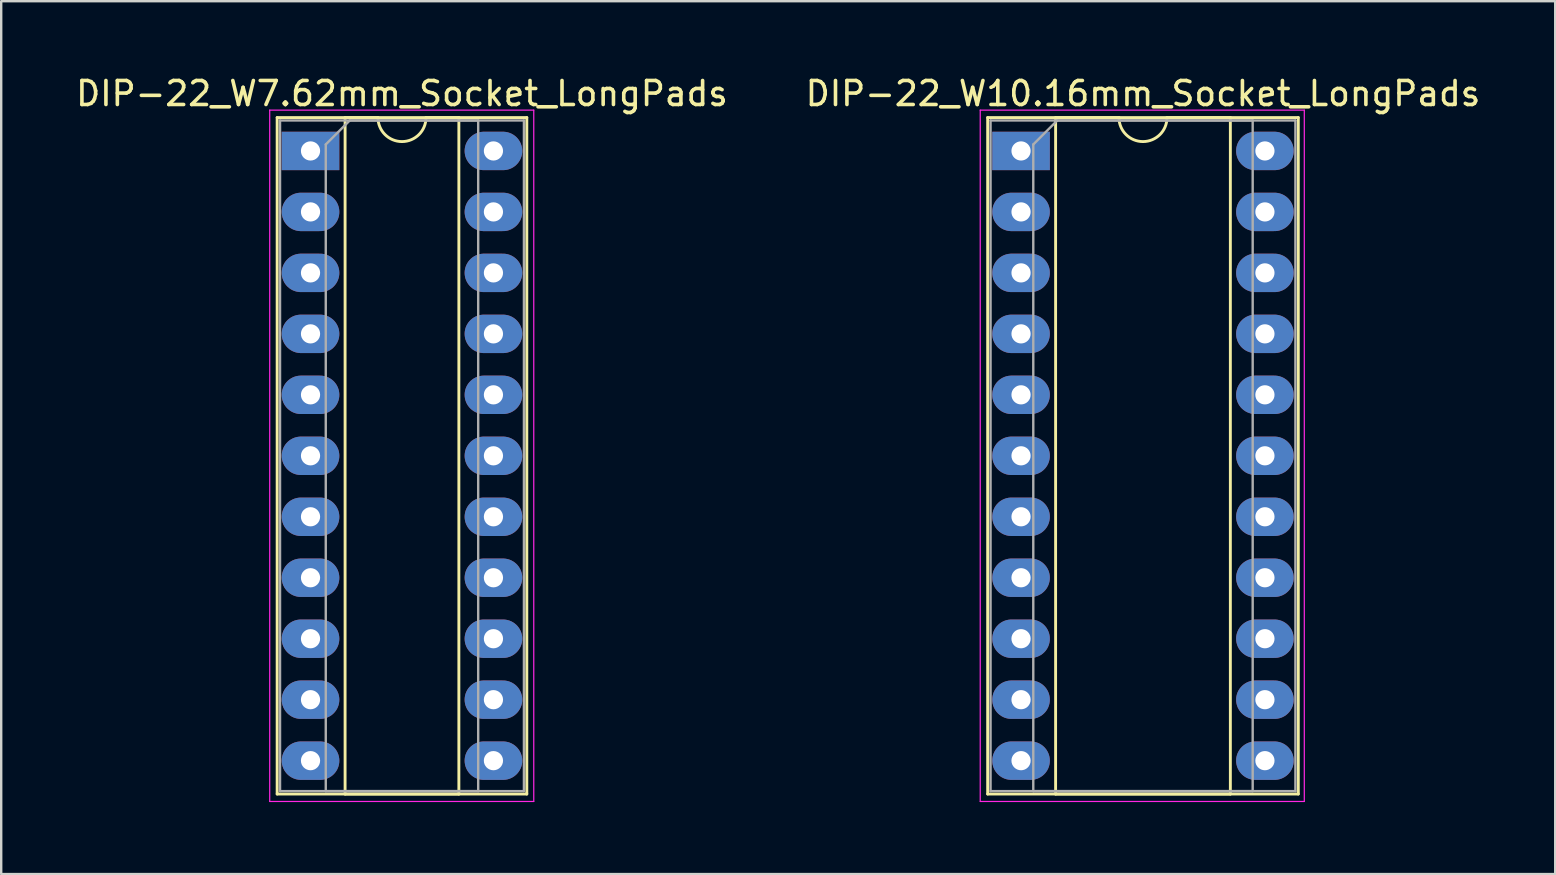
<source format=kicad_pcb>
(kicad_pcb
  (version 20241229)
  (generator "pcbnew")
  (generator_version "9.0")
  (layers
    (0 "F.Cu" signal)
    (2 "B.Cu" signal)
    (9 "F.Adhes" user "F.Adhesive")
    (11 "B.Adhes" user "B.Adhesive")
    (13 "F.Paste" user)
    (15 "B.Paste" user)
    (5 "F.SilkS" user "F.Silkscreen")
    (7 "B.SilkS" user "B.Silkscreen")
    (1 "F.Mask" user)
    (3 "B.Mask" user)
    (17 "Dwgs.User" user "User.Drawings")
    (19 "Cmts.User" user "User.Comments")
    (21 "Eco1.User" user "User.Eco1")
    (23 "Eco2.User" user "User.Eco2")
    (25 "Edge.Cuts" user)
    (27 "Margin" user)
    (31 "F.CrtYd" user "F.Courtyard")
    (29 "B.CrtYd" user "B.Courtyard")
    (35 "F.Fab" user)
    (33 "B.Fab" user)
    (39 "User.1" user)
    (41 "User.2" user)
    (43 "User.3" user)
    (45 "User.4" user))
  (footprint "DIP-22_W10.16mm_Socket_LongPads"
    (layer "F.Cu")
    (at 39.485 3.238)
    (property "Reference" "DIP-22_W10.16mm_Socket_LongPads" (at 5.08 -2.39 0) (layer "F.SilkS") (effects (font (size 1 1) (thickness 0.15))))
    (attr through_hole)
    (fp_line (start -1.39 -1.39) (end -1.39 26.79) (stroke (width 0.12) (type solid)) (layer "F.SilkS"))
    (fp_line (start -1.39 26.79) (end 11.55 26.79) (stroke (width 0.12) (type solid)) (layer "F.SilkS"))
    (fp_line (start 1.44 -1.39) (end 1.44 26.79) (stroke (width 0.12) (type solid)) (layer "F.SilkS"))
    (fp_line (start 1.44 26.79) (end 8.72 26.79) (stroke (width 0.12) (type solid)) (layer "F.SilkS"))
    (fp_line (start 4.08 -1.39) (end 1.44 -1.39) (stroke (width 0.12) (type solid)) (layer "F.SilkS"))
    (fp_line (start 8.72 -1.39) (end 6.08 -1.39) (stroke (width 0.12) (type solid)) (layer "F.SilkS"))
    (fp_line (start 8.72 26.79) (end 8.72 -1.39) (stroke (width 0.12) (type solid)) (layer "F.SilkS"))
    (fp_line (start 11.55 -1.39) (end -1.39 -1.39) (stroke (width 0.12) (type solid)) (layer "F.SilkS"))
    (fp_line (start 11.55 26.79) (end 11.55 -1.39) (stroke (width 0.12) (type solid)) (layer "F.SilkS"))
    (fp_arc (start 6.08 -1.39) (mid 5.08 -0.39) (end 4.08 -1.39) (stroke (width 0.12) (type solid)) (layer "F.SilkS"))
    (fp_line (start -1.7 -1.7) (end -1.7 27.1) (stroke (width 0.05) (type solid)) (layer "F.CrtYd"))
    (fp_line (start -1.7 27.1) (end 11.8 27.1) (stroke (width 0.05) (type solid)) (layer "F.CrtYd"))
    (fp_line (start 11.8 -1.7) (end -1.7 -1.7) (stroke (width 0.05) (type solid)) (layer "F.CrtYd"))
    (fp_line (start 11.8 27.1) (end 11.8 -1.7) (stroke (width 0.05) (type solid)) (layer "F.CrtYd"))
    (fp_line (start -1.27 -1.27) (end -1.27 26.67) (stroke (width 0.1) (type solid)) (layer "F.Fab"))
    (fp_line (start -1.27 26.67) (end 11.43 26.67) (stroke (width 0.1) (type solid)) (layer "F.Fab"))
    (fp_line (start 0.51 -0.27) (end 1.51 -1.27) (stroke (width 0.1) (type solid)) (layer "F.Fab"))
    (fp_line (start 0.51 26.67) (end 0.51 -0.27) (stroke (width 0.1) (type solid)) (layer "F.Fab"))
    (fp_line (start 1.51 -1.27) (end 9.65 -1.27) (stroke (width 0.1) (type solid)) (layer "F.Fab"))
    (fp_line (start 9.65 -1.27) (end 9.65 26.67) (stroke (width 0.1) (type solid)) (layer "F.Fab"))
    (fp_line (start 9.65 26.67) (end 0.51 26.67) (stroke (width 0.1) (type solid)) (layer "F.Fab"))
    (fp_line (start 11.43 -1.27) (end -1.27 -1.27) (stroke (width 0.1) (type solid)) (layer "F.Fab"))
    (fp_line (start 11.43 26.67) (end 11.43 -1.27) (stroke (width 0.1) (type solid)) (layer "F.Fab"))
    (pad "1" thru_hole rect (at 0 0) (size 2.4 1.6) (drill 0.8) (layers "*.Cu" "*.Mask"))
    (pad "2" thru_hole oval (at 0 2.54) (size 2.4 1.6) (drill 0.8) (layers "*.Cu" "*.Mask"))
    (pad "3" thru_hole oval (at 0 5.08) (size 2.4 1.6) (drill 0.8) (layers "*.Cu" "*.Mask"))
    (pad "4" thru_hole oval (at 0 7.62) (size 2.4 1.6) (drill 0.8) (layers "*.Cu" "*.Mask"))
    (pad "5" thru_hole oval (at 0 10.16) (size 2.4 1.6) (drill 0.8) (layers "*.Cu" "*.Mask"))
    (pad "6" thru_hole oval (at 0 12.7) (size 2.4 1.6) (drill 0.8) (layers "*.Cu" "*.Mask"))
    (pad "7" thru_hole oval (at 0 15.24) (size 2.4 1.6) (drill 0.8) (layers "*.Cu" "*.Mask"))
    (pad "8" thru_hole oval (at 0 17.78) (size 2.4 1.6) (drill 0.8) (layers "*.Cu" "*.Mask"))
    (pad "9" thru_hole oval (at 0 20.32) (size 2.4 1.6) (drill 0.8) (layers "*.Cu" "*.Mask"))
    (pad "10" thru_hole oval (at 0 22.86) (size 2.4 1.6) (drill 0.8) (layers "*.Cu" "*.Mask"))
    (pad "11" thru_hole oval (at 0 25.4) (size 2.4 1.6) (drill 0.8) (layers "*.Cu" "*.Mask"))
    (pad "12" thru_hole oval (at 10.16 25.4) (size 2.4 1.6) (drill 0.8) (layers "*.Cu" "*.Mask"))
    (pad "13" thru_hole oval (at 10.16 22.86) (size 2.4 1.6) (drill 0.8) (layers "*.Cu" "*.Mask"))
    (pad "14" thru_hole oval (at 10.16 20.32) (size 2.4 1.6) (drill 0.8) (layers "*.Cu" "*.Mask"))
    (pad "15" thru_hole oval (at 10.16 17.78) (size 2.4 1.6) (drill 0.8) (layers "*.Cu" "*.Mask"))
    (pad "16" thru_hole oval (at 10.16 15.24) (size 2.4 1.6) (drill 0.8) (layers "*.Cu" "*.Mask"))
    (pad "17" thru_hole oval (at 10.16 12.7) (size 2.4 1.6) (drill 0.8) (layers "*.Cu" "*.Mask"))
    (pad "18" thru_hole oval (at 10.16 10.16) (size 2.4 1.6) (drill 0.8) (layers "*.Cu" "*.Mask"))
    (pad "19" thru_hole oval (at 10.16 7.62) (size 2.4 1.6) (drill 0.8) (layers "*.Cu" "*.Mask"))
    (pad "20" thru_hole oval (at 10.16 5.08) (size 2.4 1.6) (drill 0.8) (layers "*.Cu" "*.Mask"))
    (pad "21" thru_hole oval (at 10.16 2.54) (size 2.4 1.6) (drill 0.8) (layers "*.Cu" "*.Mask"))
    (pad "22" thru_hole oval (at 10.16 0) (size 2.4 1.6) (drill 0.8) (layers "*.Cu" "*.Mask")))
  (footprint "DIP-22_W7.62mm_Socket_LongPads"
    (layer "F.Cu")
    (at 9.886 3.238)
    (property "Reference" "DIP-22_W7.62mm_Socket_LongPads" (at 3.81 -2.39 0) (layer "F.SilkS") (effects (font (size 1 1) (thickness 0.15))))
    (attr through_hole)
    (fp_line (start -1.39 -1.39) (end -1.39 26.79) (stroke (width 0.12) (type solid)) (layer "F.SilkS"))
    (fp_line (start -1.39 26.79) (end 9.01 26.79) (stroke (width 0.12) (type solid)) (layer "F.SilkS"))
    (fp_line (start 1.44 -1.39) (end 1.44 26.79) (stroke (width 0.12) (type solid)) (layer "F.SilkS"))
    (fp_line (start 1.44 26.79) (end 6.18 26.79) (stroke (width 0.12) (type solid)) (layer "F.SilkS"))
    (fp_line (start 2.81 -1.39) (end 1.44 -1.39) (stroke (width 0.12) (type solid)) (layer "F.SilkS"))
    (fp_line (start 6.18 -1.39) (end 4.81 -1.39) (stroke (width 0.12) (type solid)) (layer "F.SilkS"))
    (fp_line (start 6.18 26.79) (end 6.18 -1.39) (stroke (width 0.12) (type solid)) (layer "F.SilkS"))
    (fp_line (start 9.01 -1.39) (end -1.39 -1.39) (stroke (width 0.12) (type solid)) (layer "F.SilkS"))
    (fp_line (start 9.01 26.79) (end 9.01 -1.39) (stroke (width 0.12) (type solid)) (layer "F.SilkS"))
    (fp_arc (start 4.81 -1.39) (mid 3.81 -0.39) (end 2.81 -1.39) (stroke (width 0.12) (type solid)) (layer "F.SilkS"))
    (fp_line (start -1.7 -1.7) (end -1.7 27.1) (stroke (width 0.05) (type solid)) (layer "F.CrtYd"))
    (fp_line (start -1.7 27.1) (end 9.3 27.1) (stroke (width 0.05) (type solid)) (layer "F.CrtYd"))
    (fp_line (start 9.3 -1.7) (end -1.7 -1.7) (stroke (width 0.05) (type solid)) (layer "F.CrtYd"))
    (fp_line (start 9.3 27.1) (end 9.3 -1.7) (stroke (width 0.05) (type solid)) (layer "F.CrtYd"))
    (fp_line (start -1.27 -1.27) (end -1.27 26.67) (stroke (width 0.1) (type solid)) (layer "F.Fab"))
    (fp_line (start -1.27 26.67) (end 8.89 26.67) (stroke (width 0.1) (type solid)) (layer "F.Fab"))
    (fp_line (start 0.635 -0.27) (end 1.635 -1.27) (stroke (width 0.1) (type solid)) (layer "F.Fab"))
    (fp_line (start 0.635 26.67) (end 0.635 -0.27) (stroke (width 0.1) (type solid)) (layer "F.Fab"))
    (fp_line (start 1.635 -1.27) (end 6.985 -1.27) (stroke (width 0.1) (type solid)) (layer "F.Fab"))
    (fp_line (start 6.985 -1.27) (end 6.985 26.67) (stroke (width 0.1) (type solid)) (layer "F.Fab"))
    (fp_line (start 6.985 26.67) (end 0.635 26.67) (stroke (width 0.1) (type solid)) (layer "F.Fab"))
    (fp_line (start 8.89 -1.27) (end -1.27 -1.27) (stroke (width 0.1) (type solid)) (layer "F.Fab"))
    (fp_line (start 8.89 26.67) (end 8.89 -1.27) (stroke (width 0.1) (type solid)) (layer "F.Fab"))
    (pad "1" thru_hole rect (at 0 0) (size 2.4 1.6) (drill 0.8) (layers "*.Cu" "*.Mask"))
    (pad "2" thru_hole oval (at 0 2.54) (size 2.4 1.6) (drill 0.8) (layers "*.Cu" "*.Mask"))
    (pad "3" thru_hole oval (at 0 5.08) (size 2.4 1.6) (drill 0.8) (layers "*.Cu" "*.Mask"))
    (pad "4" thru_hole oval (at 0 7.62) (size 2.4 1.6) (drill 0.8) (layers "*.Cu" "*.Mask"))
    (pad "5" thru_hole oval (at 0 10.16) (size 2.4 1.6) (drill 0.8) (layers "*.Cu" "*.Mask"))
    (pad "6" thru_hole oval (at 0 12.7) (size 2.4 1.6) (drill 0.8) (layers "*.Cu" "*.Mask"))
    (pad "7" thru_hole oval (at 0 15.24) (size 2.4 1.6) (drill 0.8) (layers "*.Cu" "*.Mask"))
    (pad "8" thru_hole oval (at 0 17.78) (size 2.4 1.6) (drill 0.8) (layers "*.Cu" "*.Mask"))
    (pad "9" thru_hole oval (at 0 20.32) (size 2.4 1.6) (drill 0.8) (layers "*.Cu" "*.Mask"))
    (pad "10" thru_hole oval (at 0 22.86) (size 2.4 1.6) (drill 0.8) (layers "*.Cu" "*.Mask"))
    (pad "11" thru_hole oval (at 0 25.4) (size 2.4 1.6) (drill 0.8) (layers "*.Cu" "*.Mask"))
    (pad "12" thru_hole oval (at 7.62 25.4) (size 2.4 1.6) (drill 0.8) (layers "*.Cu" "*.Mask"))
    (pad "13" thru_hole oval (at 7.62 22.86) (size 2.4 1.6) (drill 0.8) (layers "*.Cu" "*.Mask"))
    (pad "14" thru_hole oval (at 7.62 20.32) (size 2.4 1.6) (drill 0.8) (layers "*.Cu" "*.Mask"))
    (pad "15" thru_hole oval (at 7.62 17.78) (size 2.4 1.6) (drill 0.8) (layers "*.Cu" "*.Mask"))
    (pad "16" thru_hole oval (at 7.62 15.24) (size 2.4 1.6) (drill 0.8) (layers "*.Cu" "*.Mask"))
    (pad "17" thru_hole oval (at 7.62 12.7) (size 2.4 1.6) (drill 0.8) (layers "*.Cu" "*.Mask"))
    (pad "18" thru_hole oval (at 7.62 10.16) (size 2.4 1.6) (drill 0.8) (layers "*.Cu" "*.Mask"))
    (pad "19" thru_hole oval (at 7.62 7.62) (size 2.4 1.6) (drill 0.8) (layers "*.Cu" "*.Mask"))
    (pad "20" thru_hole oval (at 7.62 5.08) (size 2.4 1.6) (drill 0.8) (layers "*.Cu" "*.Mask"))
    (pad "21" thru_hole oval (at 7.62 2.54) (size 2.4 1.6) (drill 0.8) (layers "*.Cu" "*.Mask"))
    (pad "22" thru_hole oval (at 7.62 0) (size 2.4 1.6) (drill 0.8) (layers "*.Cu" "*.Mask")))
  (gr_rect
    (start -3 -3)
    (end 61.738 33.363)
    (stroke (width 0.1) (type default))
    (fill no)
    (layer "Edge.Cuts")))
</source>
